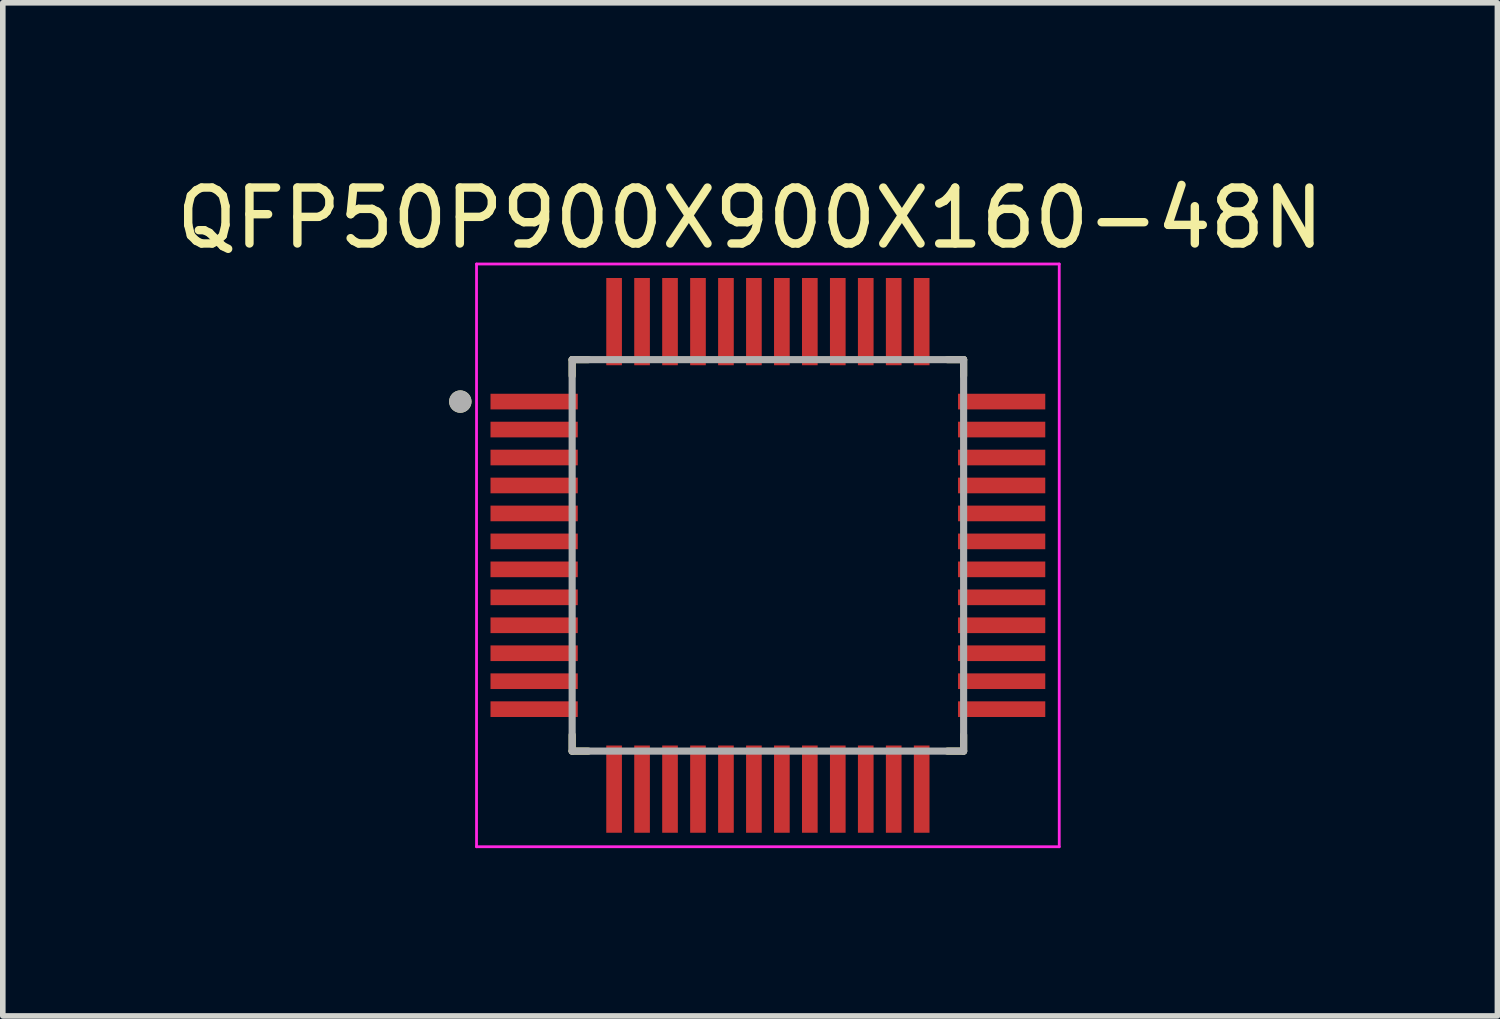
<source format=kicad_pcb>
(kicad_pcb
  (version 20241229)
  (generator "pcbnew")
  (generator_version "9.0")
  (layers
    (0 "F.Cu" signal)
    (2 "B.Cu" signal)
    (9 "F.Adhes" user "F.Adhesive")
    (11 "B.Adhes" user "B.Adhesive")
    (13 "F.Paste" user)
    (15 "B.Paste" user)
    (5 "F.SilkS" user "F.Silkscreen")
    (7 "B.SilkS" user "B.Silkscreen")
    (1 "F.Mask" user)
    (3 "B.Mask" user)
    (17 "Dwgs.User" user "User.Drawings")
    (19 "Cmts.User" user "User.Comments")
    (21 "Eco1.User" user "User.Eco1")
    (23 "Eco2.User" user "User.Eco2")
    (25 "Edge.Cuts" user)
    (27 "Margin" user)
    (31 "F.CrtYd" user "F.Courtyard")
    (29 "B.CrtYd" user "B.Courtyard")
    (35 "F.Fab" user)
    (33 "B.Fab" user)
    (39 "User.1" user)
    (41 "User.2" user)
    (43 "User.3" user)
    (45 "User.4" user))
  (footprint "QFP50P900X900X160-48N"
    (layer "F.Cu")
    (at 10.681 6.881)
    (property "Reference" "QFP50P900X900X160-48N" (at -0.318 -6.032 0) (layer "F.SilkS") (effects (font (size 1 1) (thickness 0.15))))
    (attr smd)
    (fp_line (start -3.5 -3.5) (end -3.5 -3.21) (stroke (width 0.127) (type solid)) (layer "F.SilkS"))
    (fp_line (start -3.5 -3.5) (end -3.21 -3.5) (stroke (width 0.127) (type solid)) (layer "F.SilkS"))
    (fp_line (start -3.5 3.5) (end -3.5 3.21) (stroke (width 0.127) (type solid)) (layer "F.SilkS"))
    (fp_line (start -3.5 3.5) (end -3.21 3.5) (stroke (width 0.127) (type solid)) (layer "F.SilkS"))
    (fp_line (start 3.5 -3.5) (end 3.21 -3.5) (stroke (width 0.127) (type solid)) (layer "F.SilkS"))
    (fp_line (start 3.5 -3.5) (end 3.5 -3.21) (stroke (width 0.127) (type solid)) (layer "F.SilkS"))
    (fp_line (start 3.5 3.5) (end 3.21 3.5) (stroke (width 0.127) (type solid)) (layer "F.SilkS"))
    (fp_line (start 3.5 3.5) (end 3.5 3.21) (stroke (width 0.127) (type solid)) (layer "F.SilkS"))
    (fp_circle (center -5.5 -2.75) (end -5.4 -2.75) (stroke (width 0.2) (type solid)) (fill no) (layer "F.SilkS"))
    (fp_line (start -5.21 -5.21) (end 5.21 -5.21) (stroke (width 0.05) (type solid)) (layer "F.CrtYd"))
    (fp_line (start -5.21 5.21) (end -5.21 -5.21) (stroke (width 0.05) (type solid)) (layer "F.CrtYd"))
    (fp_line (start 5.21 -5.21) (end 5.21 5.21) (stroke (width 0.05) (type solid)) (layer "F.CrtYd"))
    (fp_line (start 5.21 5.21) (end -5.21 5.21) (stroke (width 0.05) (type solid)) (layer "F.CrtYd"))
    (fp_line (start -3.5 -3.5) (end 3.5 -3.5) (stroke (width 0.127) (type solid)) (layer "F.Fab"))
    (fp_line (start -3.5 3.5) (end -3.5 -3.5) (stroke (width 0.127) (type solid)) (layer "F.Fab"))
    (fp_line (start 3.5 -3.5) (end 3.5 3.5) (stroke (width 0.127) (type solid)) (layer "F.Fab"))
    (fp_line (start 3.5 3.5) (end -3.5 3.5) (stroke (width 0.127) (type solid)) (layer "F.Fab"))
    (fp_circle (center -5.5 -2.75) (end -5.4 -2.75) (stroke (width 0.2) (type solid)) (fill no) (layer "F.Fab"))
    (pad "1" smd rect (at -4.18 -2.75) (size 1.56 0.28) (layers "F.Cu" "F.Mask" "F.Paste"))
    (pad "2" smd rect (at -4.18 -2.25) (size 1.56 0.28) (layers "F.Cu" "F.Mask" "F.Paste"))
    (pad "3" smd rect (at -4.18 -1.75) (size 1.56 0.28) (layers "F.Cu" "F.Mask" "F.Paste"))
    (pad "4" smd rect (at -4.18 -1.25) (size 1.56 0.28) (layers "F.Cu" "F.Mask" "F.Paste"))
    (pad "5" smd rect (at -4.18 -0.75) (size 1.56 0.28) (layers "F.Cu" "F.Mask" "F.Paste"))
    (pad "6" smd rect (at -4.18 -0.25) (size 1.56 0.28) (layers "F.Cu" "F.Mask" "F.Paste"))
    (pad "7" smd rect (at -4.18 0.25) (size 1.56 0.28) (layers "F.Cu" "F.Mask" "F.Paste"))
    (pad "8" smd rect (at -4.18 0.75) (size 1.56 0.28) (layers "F.Cu" "F.Mask" "F.Paste"))
    (pad "9" smd rect (at -4.18 1.25) (size 1.56 0.28) (layers "F.Cu" "F.Mask" "F.Paste"))
    (pad "10" smd rect (at -4.18 1.75) (size 1.56 0.28) (layers "F.Cu" "F.Mask" "F.Paste"))
    (pad "11" smd rect (at -4.18 2.25) (size 1.56 0.28) (layers "F.Cu" "F.Mask" "F.Paste"))
    (pad "12" smd rect (at -4.18 2.75) (size 1.56 0.28) (layers "F.Cu" "F.Mask" "F.Paste"))
    (pad "13" smd rect (at -2.75 4.18) (size 0.28 1.56) (layers "F.Cu" "F.Mask" "F.Paste"))
    (pad "14" smd rect (at -2.25 4.18) (size 0.28 1.56) (layers "F.Cu" "F.Mask" "F.Paste"))
    (pad "15" smd rect (at -1.75 4.18) (size 0.28 1.56) (layers "F.Cu" "F.Mask" "F.Paste"))
    (pad "16" smd rect (at -1.25 4.18) (size 0.28 1.56) (layers "F.Cu" "F.Mask" "F.Paste"))
    (pad "17" smd rect (at -0.75 4.18) (size 0.28 1.56) (layers "F.Cu" "F.Mask" "F.Paste"))
    (pad "18" smd rect (at -0.25 4.18) (size 0.28 1.56) (layers "F.Cu" "F.Mask" "F.Paste"))
    (pad "19" smd rect (at 0.25 4.18) (size 0.28 1.56) (layers "F.Cu" "F.Mask" "F.Paste"))
    (pad "20" smd rect (at 0.75 4.18) (size 0.28 1.56) (layers "F.Cu" "F.Mask" "F.Paste"))
    (pad "21" smd rect (at 1.25 4.18) (size 0.28 1.56) (layers "F.Cu" "F.Mask" "F.Paste"))
    (pad "22" smd rect (at 1.75 4.18) (size 0.28 1.56) (layers "F.Cu" "F.Mask" "F.Paste"))
    (pad "23" smd rect (at 2.25 4.18) (size 0.28 1.56) (layers "F.Cu" "F.Mask" "F.Paste"))
    (pad "24" smd rect (at 2.75 4.18) (size 0.28 1.56) (layers "F.Cu" "F.Mask" "F.Paste"))
    (pad "25" smd rect (at 4.18 2.75) (size 1.56 0.28) (layers "F.Cu" "F.Mask" "F.Paste"))
    (pad "26" smd rect (at 4.18 2.25) (size 1.56 0.28) (layers "F.Cu" "F.Mask" "F.Paste"))
    (pad "27" smd rect (at 4.18 1.75) (size 1.56 0.28) (layers "F.Cu" "F.Mask" "F.Paste"))
    (pad "28" smd rect (at 4.18 1.25) (size 1.56 0.28) (layers "F.Cu" "F.Mask" "F.Paste"))
    (pad "29" smd rect (at 4.18 0.75) (size 1.56 0.28) (layers "F.Cu" "F.Mask" "F.Paste"))
    (pad "30" smd rect (at 4.18 0.25) (size 1.56 0.28) (layers "F.Cu" "F.Mask" "F.Paste"))
    (pad "31" smd rect (at 4.18 -0.25) (size 1.56 0.28) (layers "F.Cu" "F.Mask" "F.Paste"))
    (pad "32" smd rect (at 4.18 -0.75) (size 1.56 0.28) (layers "F.Cu" "F.Mask" "F.Paste"))
    (pad "33" smd rect (at 4.18 -1.25) (size 1.56 0.28) (layers "F.Cu" "F.Mask" "F.Paste"))
    (pad "34" smd rect (at 4.18 -1.75) (size 1.56 0.28) (layers "F.Cu" "F.Mask" "F.Paste"))
    (pad "35" smd rect (at 4.18 -2.25) (size 1.56 0.28) (layers "F.Cu" "F.Mask" "F.Paste"))
    (pad "36" smd rect (at 4.18 -2.75) (size 1.56 0.28) (layers "F.Cu" "F.Mask" "F.Paste"))
    (pad "37" smd rect (at 2.75 -4.18) (size 0.28 1.56) (layers "F.Cu" "F.Mask" "F.Paste"))
    (pad "38" smd rect (at 2.25 -4.18) (size 0.28 1.56) (layers "F.Cu" "F.Mask" "F.Paste"))
    (pad "39" smd rect (at 1.75 -4.18) (size 0.28 1.56) (layers "F.Cu" "F.Mask" "F.Paste"))
    (pad "40" smd rect (at 1.25 -4.18) (size 0.28 1.56) (layers "F.Cu" "F.Mask" "F.Paste"))
    (pad "41" smd rect (at 0.75 -4.18) (size 0.28 1.56) (layers "F.Cu" "F.Mask" "F.Paste"))
    (pad "42" smd rect (at 0.25 -4.18) (size 0.28 1.56) (layers "F.Cu" "F.Mask" "F.Paste"))
    (pad "43" smd rect (at -0.25 -4.18) (size 0.28 1.56) (layers "F.Cu" "F.Mask" "F.Paste"))
    (pad "44" smd rect (at -0.75 -4.18) (size 0.28 1.56) (layers "F.Cu" "F.Mask" "F.Paste"))
    (pad "45" smd rect (at -1.25 -4.18) (size 0.28 1.56) (layers "F.Cu" "F.Mask" "F.Paste"))
    (pad "46" smd rect (at -1.75 -4.18) (size 0.28 1.56) (layers "F.Cu" "F.Mask" "F.Paste"))
    (pad "47" smd rect (at -2.25 -4.18) (size 0.28 1.56) (layers "F.Cu" "F.Mask" "F.Paste"))
    (pad "48" smd rect (at -2.75 -4.18) (size 0.28 1.56) (layers "F.Cu" "F.Mask" "F.Paste")))
  (gr_rect
    (start -3 -3)
    (end 23.726 15.116)
    (stroke (width 0.1) (type default))
    (fill no)
    (layer "Edge.Cuts")))
</source>
